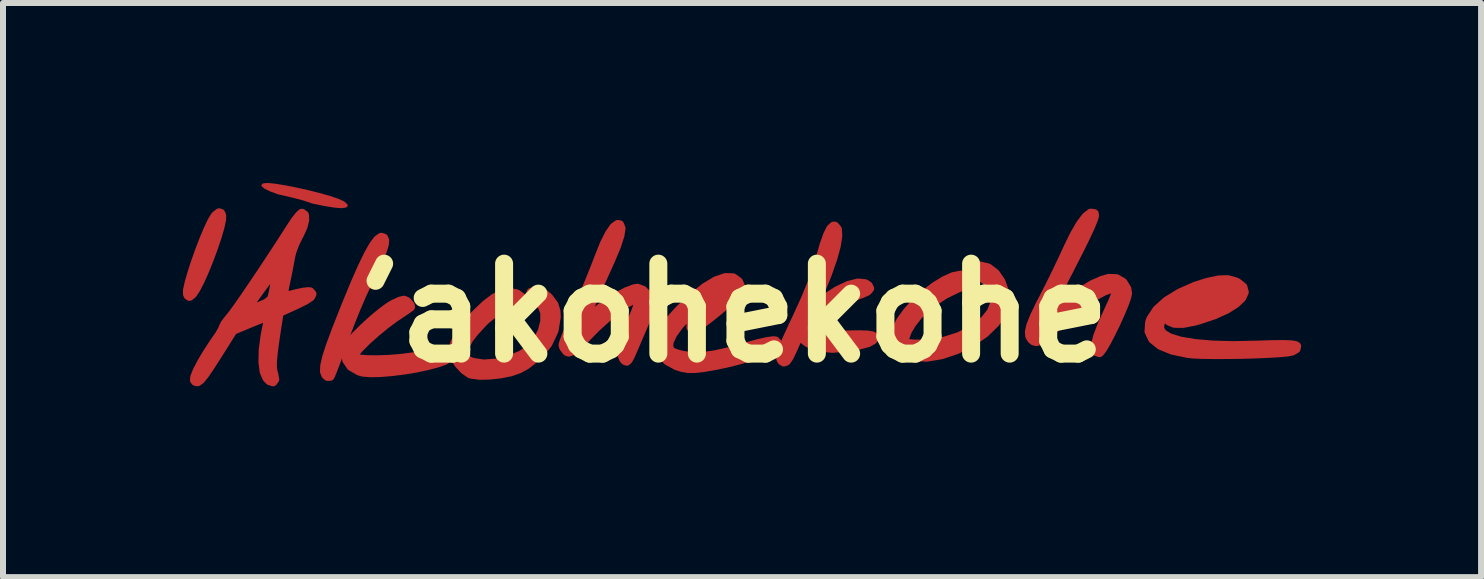
<source format=kicad_pcb>
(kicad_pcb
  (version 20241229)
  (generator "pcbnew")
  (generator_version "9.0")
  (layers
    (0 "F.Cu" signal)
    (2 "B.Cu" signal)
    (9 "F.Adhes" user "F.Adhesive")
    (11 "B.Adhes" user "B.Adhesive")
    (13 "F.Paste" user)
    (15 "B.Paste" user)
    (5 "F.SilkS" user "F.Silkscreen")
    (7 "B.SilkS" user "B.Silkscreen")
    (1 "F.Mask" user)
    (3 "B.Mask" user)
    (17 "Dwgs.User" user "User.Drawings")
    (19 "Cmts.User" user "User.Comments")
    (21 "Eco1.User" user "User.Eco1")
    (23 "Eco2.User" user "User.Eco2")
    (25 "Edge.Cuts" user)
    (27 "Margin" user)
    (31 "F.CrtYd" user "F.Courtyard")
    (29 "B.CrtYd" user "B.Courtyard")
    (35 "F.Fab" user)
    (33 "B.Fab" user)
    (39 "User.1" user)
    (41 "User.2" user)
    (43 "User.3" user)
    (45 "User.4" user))
  (footprint "'akohekohe"
    (layer "F.Cu")
    (at 9.175 2.167)
    (property "Reference" "'akohekohe" (at 0 0 180) (layer "F.SilkS") (effects (font (size 1.5 1.5) (thickness 0.3))))
    (attr board_only exclude_from_pos_files exclude_from_bom)
    (fp_poly (pts (xy -8.546 -1.661) (xy -8.53 -1.626) (xy -8.531 -1.556) (xy -8.557 -1.434) (xy -8.604 -1.273) (xy -8.666 -1.088) (xy -8.738 -0.894) (xy -8.814 -0.705) (xy -8.889 -0.537) (xy -8.957 -0.404) (xy -9.013 -0.32) (xy -9.019 -0.314) (xy -9.066 -0.276) (xy -9.091 -0.294) (xy -9.1 -0.315) (xy -9.099 -0.381) (xy -9.073 -0.501) (xy -9.027 -0.659) (xy -8.968 -0.843) (xy -8.899 -1.036) (xy -8.827 -1.224) (xy -8.756 -1.392) (xy -8.693 -1.526) (xy -8.641 -1.611) (xy -8.628 -1.626) (xy -8.573 -1.669)) (stroke (width 0.15) (type solid)) (fill yes) (layer "F.Cu"))
    (fp_poly (pts (xy -6.432 -1.774) (xy -6.464 -1.755) (xy -6.534 -1.746) (xy -6.659 -1.757) (xy -6.824 -1.784) (xy -7.015 -1.823) (xy -7.157 -1.871) (xy -7.357 -1.924) (xy -7.589 -1.977) (xy -7.729 -2.029) (xy -7.819 -2.074) (xy -7.826 -2.079) (xy -7.87 -2.122) (xy -7.855 -2.149) (xy -7.835 -2.16) (xy -7.77 -2.167) (xy -7.648 -2.156) (xy -7.484 -2.13) (xy -7.295 -2.093) (xy -7.095 -2.049) (xy -6.9 -2) (xy -6.724 -1.95) (xy -6.584 -1.903) (xy -6.493 -1.862) (xy -6.477 -1.851) (xy -6.427 -1.802)) (stroke (width 0) (type solid)) (fill yes) (layer "F.Cu"))
    (fp_poly (pts (xy -5.829 -1.249) (xy -5.812 -1.209) (xy -5.818 -1.141) (xy -5.851 -1.036) (xy -5.913 -0.888) (xy -6.007 -0.687) (xy -6.098 -0.504) (xy -6.188 -0.312) (xy -6.289 -0.077) (xy -6.391 0.176) (xy -6.483 0.418) (xy -6.5 0.467) (xy -6.569 0.66) (xy -6.63 0.828) (xy -6.68 0.958) (xy -6.713 1.038) (xy -6.723 1.057) (xy -6.764 1.058) (xy -6.793 1.033) (xy -6.816 0.975) (xy -6.811 0.879) (xy -6.779 0.739) (xy -6.717 0.547) (xy -6.624 0.296) (xy -6.618 0.28) (xy -6.454 -0.134) (xy -6.312 -0.479) (xy -6.189 -0.758) (xy -6.085 -0.973) (xy -5.998 -1.127) (xy -5.926 -1.222) (xy -5.87 -1.261)) (stroke (width 0.15) (type solid)) (fill yes) (layer "F.Cu"))
    (fp_poly (pts (xy -5.451 -0.197) (xy -5.425 -0.174) (xy -5.384 -0.122) (xy -5.381 -0.1) (xy -5.418 -0.074) (xy -5.5 -0.018) (xy -5.613 0.058) (xy -5.64 0.076) (xy -5.787 0.184) (xy -5.953 0.32) (xy -6.106 0.456) (xy -6.126 0.476) (xy -6.241 0.592) (xy -6.307 0.669) (xy -6.33 0.716) (xy -6.317 0.745) (xy -6.313 0.748) (xy -6.24 0.768) (xy -6.111 0.779) (xy -5.943 0.781) (xy -5.753 0.775) (xy -5.56 0.76) (xy -5.435 0.745) (xy -5.184 0.711) (xy -4.998 0.689) (xy -4.867 0.68) (xy -4.784 0.682) (xy -4.739 0.695) (xy -4.728 0.706) (xy -4.739 0.747) (xy -4.812 0.791) (xy -4.936 0.835) (xy -5.097 0.878) (xy -5.284 0.918) (xy -5.484 0.951) (xy -5.685 0.977) (xy -5.875 0.993) (xy -6.042 0.997) (xy -6.173 0.987) (xy -6.237 0.969) (xy -6.374 0.889) (xy -6.445 0.785) (xy -6.462 0.676) (xy -6.457 0.612) (xy -6.434 0.551) (xy -6.384 0.48) (xy -6.299 0.386) (xy -6.169 0.257) (xy -6.152 0.24) (xy -6.008 0.109) (xy -5.863 -0.011) (xy -5.736 -0.104) (xy -5.663 -0.147) (xy -5.557 -0.196) (xy -5.493 -0.212)) (stroke (width 0.15) (type solid)) (fill yes) (layer "F.Cu"))
    (fp_poly (pts (xy 4.249 -0.75) (xy 4.369 -0.658) (xy 4.461 -0.524) (xy 4.517 -0.364) (xy 4.529 -0.193) (xy 4.49 -0.028) (xy 4.488 -0.024) (xy 4.369 0.163) (xy 4.191 0.336) (xy 3.971 0.488) (xy 3.726 0.611) (xy 3.471 0.697) (xy 3.222 0.738) (xy 2.997 0.726) (xy 2.97 0.72) (xy 2.867 0.67) (xy 2.771 0.581) (xy 2.706 0.48) (xy 2.69 0.413) (xy 2.717 0.281) (xy 2.79 0.134) (xy 2.901 -0.019) (xy 3.038 -0.171) (xy 3.193 -0.313) (xy 3.356 -0.439) (xy 3.517 -0.538) (xy 3.666 -0.605) (xy 3.794 -0.631) (xy 3.89 -0.608) (xy 3.918 -0.584) (xy 3.938 -0.537) (xy 3.907 -0.493) (xy 3.817 -0.444) (xy 3.735 -0.41) (xy 3.522 -0.306) (xy 3.306 -0.161) (xy 3.121 -0.00011) (xy 3.087 0.035) (xy 2.98 0.17) (xy 2.902 0.3) (xy 2.861 0.409) (xy 2.863 0.484) (xy 2.871 0.495) (xy 2.926 0.512) (xy 3.038 0.52) (xy 3.19 0.518) (xy 3.219 0.516) (xy 3.5 0.477) (xy 3.765 0.393) (xy 4 0.272) (xy 4.19 0.123) (xy 4.299 -0.014) (xy 4.361 -0.167) (xy 4.353 -0.315) (xy 4.296 -0.44) (xy 4.23 -0.527) (xy 4.145 -0.588) (xy 4.017 -0.64) (xy 3.983 -0.651) (xy 3.941 -0.685) (xy 3.956 -0.728) (xy 4.014 -0.766) (xy 4.1 -0.784) (xy 4.108 -0.784)) (stroke (width 0.15) (type solid)) (fill yes) (layer "F.Cu"))
    (fp_poly (pts (xy 1.692 -1.447) (xy 1.735 -1.395) (xy 1.742 -1.283) (xy 1.716 -1.117) (xy 1.656 -0.9) (xy 1.564 -0.638) (xy 1.442 -0.337) (xy 1.403 -0.247) (xy 1.339 -0.102) (xy 1.519 -0.233) (xy 1.731 -0.37) (xy 1.919 -0.459) (xy 2.078 -0.499) (xy 2.199 -0.487) (xy 2.25 -0.454) (xy 2.273 -0.408) (xy 2.236 -0.364) (xy 2.134 -0.318) (xy 2.073 -0.298) (xy 1.941 -0.243) (xy 1.791 -0.162) (xy 1.637 -0.064) (xy 1.494 0.04) (xy 1.375 0.14) (xy 1.296 0.226) (xy 1.27 0.283) (xy 1.288 0.323) (xy 1.346 0.35) (xy 1.454 0.366) (xy 1.618 0.372) (xy 1.847 0.369) (xy 1.891 0.368) (xy 2.098 0.364) (xy 2.238 0.369) (xy 2.317 0.381) (xy 2.343 0.399) (xy 2.328 0.45) (xy 2.246 0.496) (xy 2.093 0.537) (xy 1.934 0.566) (xy 1.652 0.59) (xy 1.422 0.568) (xy 1.247 0.499) (xy 1.2 0.465) (xy 1.093 0.375) (xy 0.996 0.598) (xy 0.933 0.732) (xy 0.884 0.803) (xy 0.843 0.818) (xy 0.809 0.797) (xy 0.792 0.766) (xy 0.79 0.719) (xy 0.809 0.645) (xy 0.85 0.536) (xy 0.918 0.383) (xy 1.014 0.175) (xy 1.064 0.07) (xy 1.196 -0.219) (xy 1.31 -0.496) (xy 1.399 -0.74) (xy 1.442 -0.883) (xy 1.511 -1.126) (xy 1.571 -1.298) (xy 1.624 -1.404) (xy 1.671 -1.447)) (stroke (width 0.15) (type solid)) (fill yes) (layer "F.Cu"))
    (fp_poly (pts (xy -3.183 -0.343) (xy -3.082 -0.259) (xy -3.067 -0.241) (xy -2.989 -0.136) (xy -2.957 -0.031) (xy -2.952 0.067) (xy -2.988 0.292) (xy -3.09 0.509) (xy -3.248 0.705) (xy -3.452 0.867) (xy -3.572 0.933) (xy -3.709 0.981) (xy -3.881 1.016) (xy -4.063 1.036) (xy -4.231 1.039) (xy -4.361 1.022) (xy -4.392 1.012) (xy -4.487 0.946) (xy -4.579 0.845) (xy -4.646 0.735) (xy -4.669 0.65) (xy -4.643 0.502) (xy -4.561 0.34) (xy -4.419 0.154) (xy -4.311 0.037) (xy -4.131 -0.136) (xy -3.978 -0.252) (xy -3.84 -0.316) (xy -3.708 -0.336) (xy -3.706 -0.336) (xy -3.609 -0.317) (xy -3.541 -0.269) (xy -3.521 -0.21) (xy -3.529 -0.188) (xy -3.581 -0.158) (xy -3.646 -0.149) (xy -3.788 -0.118) (xy -3.952 -0.028) (xy -4.124 0.111) (xy -4.187 0.174) (xy -4.325 0.325) (xy -4.413 0.441) (xy -4.463 0.538) (xy -4.481 0.63) (xy -4.482 0.659) (xy -4.473 0.742) (xy -4.429 0.79) (xy -4.346 0.824) (xy -4.164 0.852) (xy -3.951 0.836) (xy -3.731 0.783) (xy -3.528 0.698) (xy -3.368 0.587) (xy -3.368 0.586) (xy -3.26 0.454) (xy -3.183 0.299) (xy -3.143 0.139) (xy -3.143 -0.006) (xy -3.187 -0.119) (xy -3.206 -0.14) (xy -3.289 -0.209) (xy -3.344 -0.245) (xy -3.388 -0.296) (xy -3.37 -0.344) (xy -3.299 -0.372) (xy -3.27 -0.374)) (stroke (width 0.15) (type solid)) (fill yes) (layer "F.Cu"))
    (fp_poly (pts (xy 6.015 -1.657) (xy 6.018 -1.654) (xy 6.022 -1.62) (xy 5.999 -1.547) (xy 5.95 -1.428) (xy 5.871 -1.259) (xy 5.76 -1.035) (xy 5.615 -0.751) (xy 5.601 -0.722) (xy 5.141 0.167) (xy 5.338 -0.000307) (xy 5.589 -0.206) (xy 5.801 -0.361) (xy 5.984 -0.472) (xy 6.147 -0.544) (xy 6.259 -0.576) (xy 6.389 -0.571) (xy 6.496 -0.508) (xy 6.561 -0.402) (xy 6.572 -0.324) (xy 6.555 -0.251) (xy 6.512 -0.133) (xy 6.45 0.014) (xy 6.377 0.176) (xy 6.299 0.336) (xy 6.224 0.479) (xy 6.16 0.59) (xy 6.113 0.653) (xy 6.102 0.662) (xy 6.055 0.645) (xy 6.038 0.617) (xy 6.037 0.531) (xy 6.075 0.388) (xy 6.151 0.191) (xy 6.258 -0.046) (xy 6.319 -0.178) (xy 6.364 -0.288) (xy 6.386 -0.356) (xy 6.387 -0.363) (xy 6.361 -0.406) (xy 6.288 -0.404) (xy 6.176 -0.362) (xy 6.034 -0.284) (xy 5.87 -0.175) (xy 5.694 -0.04) (xy 5.513 0.116) (xy 5.468 0.158) (xy 5.31 0.303) (xy 5.195 0.402) (xy 5.113 0.458) (xy 5.054 0.478) (xy 5.008 0.467) (xy 4.975 0.441) (xy 4.942 0.386) (xy 4.936 0.311) (xy 4.961 0.204) (xy 5.02 0.058) (xy 5.114 -0.138) (xy 5.171 -0.247) (xy 5.28 -0.461) (xy 5.396 -0.696) (xy 5.504 -0.923) (xy 5.584 -1.097) (xy 5.691 -1.315) (xy 5.791 -1.486) (xy 5.882 -1.604) (xy 5.958 -1.663)) (stroke (width 0.15) (type solid)) (fill yes) (layer "F.Cu"))
    (fp_poly (pts (xy -1.895 -1.47) (xy -1.872 -1.411) (xy -1.89 -1.292) (xy -1.948 -1.113) (xy -2.048 -0.874) (xy -2.076 -0.812) (xy -2.164 -0.618) (xy -2.257 -0.411) (xy -2.34 -0.222) (xy -2.377 -0.137) (xy -2.503 0.156) (xy -2.269 -0.04) (xy -2.107 -0.164) (xy -1.938 -0.272) (xy -1.78 -0.355) (xy -1.651 -0.403) (xy -1.597 -0.411) (xy -1.507 -0.378) (xy -1.429 -0.297) (xy -1.386 -0.194) (xy -1.383 -0.159) (xy -1.398 -0.068) (xy -1.437 0.057) (xy -1.473 0.149) (xy -1.54 0.306) (xy -1.615 0.481) (xy -1.653 0.57) (xy -1.711 0.704) (xy -1.75 0.779) (xy -1.778 0.805) (xy -1.806 0.793) (xy -1.829 0.767) (xy -1.857 0.696) (xy -1.85 0.584) (xy -1.807 0.426) (xy -1.726 0.213) (xy -1.698 0.145) (xy -1.625 -0.03) (xy -1.584 -0.146) (xy -1.573 -0.213) (xy -1.592 -0.238) (xy -1.64 -0.232) (xy -1.665 -0.223) (xy -1.84 -0.131) (xy -2.048 0.026) (xy -2.288 0.244) (xy -2.409 0.367) (xy -2.543 0.503) (xy -2.637 0.591) (xy -2.7 0.639) (xy -2.742 0.653) (xy -2.775 0.642) (xy -2.779 0.638) (xy -2.829 0.572) (xy -2.839 0.533) (xy -2.824 0.481) (xy -2.784 0.375) (xy -2.723 0.227) (xy -2.648 0.053) (xy -2.611 -0.031) (xy -2.514 -0.253) (xy -2.413 -0.491) (xy -2.32 -0.72) (xy -2.246 -0.911) (xy -2.24 -0.927) (xy -2.151 -1.15) (xy -2.066 -1.319) (xy -1.99 -1.429) (xy -1.926 -1.475)) (stroke (width 0.15) (type solid)) (fill yes) (layer "F.Cu"))
    (fp_poly (pts (xy -0.004 -0.586) (xy 0.086 -0.521) (xy 0.089 -0.517) (xy 0.125 -0.43) (xy 0.109 -0.368) (xy 0.064 -0.313) (xy -0.024 -0.229) (xy -0.14 -0.126) (xy -0.27 -0.016) (xy -0.401 0.089) (xy -0.519 0.178) (xy -0.609 0.239) (xy -0.657 0.261) (xy -0.707 0.24) (xy -0.703 0.181) (xy -0.65 0.092) (xy -0.553 -0.02) (xy -0.418 -0.149) (xy -0.249 -0.287) (xy -0.243 -0.292) (xy -0.131 -0.377) (xy -0.261 -0.315) (xy -0.434 -0.216) (xy -0.606 -0.088) (xy -0.767 0.057) (xy -0.905 0.207) (xy -1.009 0.351) (xy -1.068 0.476) (xy -1.077 0.549) (xy -1.062 0.611) (xy -1.022 0.652) (xy -0.938 0.683) (xy -0.859 0.704) (xy -0.701 0.729) (xy -0.521 0.728) (xy -0.309 0.699) (xy -0.052 0.641) (xy 0.253 0.556) (xy 0.417 0.511) (xy 0.559 0.479) (xy 0.661 0.464) (xy 0.701 0.466) (xy 0.734 0.5) (xy 0.702 0.546) (xy 0.614 0.601) (xy 0.478 0.661) (xy 0.302 0.724) (xy 0.095 0.785) (xy -0.135 0.842) (xy -0.296 0.875) (xy -0.495 0.91) (xy -0.641 0.927) (xy -0.755 0.926) (xy -0.857 0.908) (xy -0.945 0.88) (xy -1.1 0.795) (xy -1.212 0.675) (xy -1.255 0.577) (xy -1.249 0.45) (xy -1.177 0.292) (xy -1.039 0.103) (xy -0.907 -0.043) (xy -0.681 -0.26) (xy -0.514 -0.392) (xy -0.112 -0.392) (xy -0.093 -0.374) (xy -0.075 -0.392) (xy -0.093 -0.411) (xy -0.112 -0.392) (xy -0.514 -0.392) (xy -0.473 -0.425) (xy -0.288 -0.536) (xy -0.13 -0.59)) (stroke (width 0.15) (type solid)) (fill yes) (layer "F.Cu"))
    (fp_poly (pts (xy 8.373 -0.519) (xy 8.406 -0.503) (xy 8.496 -0.431) (xy 8.518 -0.346) (xy 8.476 -0.253) (xy 8.375 -0.157) (xy 8.221 -0.06) (xy 8.017 0.032) (xy 7.768 0.115) (xy 7.687 0.138) (xy 7.498 0.174) (xy 7.354 0.173) (xy 7.264 0.136) (xy 7.234 0.064) (xy 7.234 0.054) (xy 7.233 0.011) (xy 7.21 0.022) (xy 7.167 0.072) (xy 7.115 0.171) (xy 7.105 0.258) (xy 7.151 0.342) (xy 7.267 0.413) (xy 7.449 0.469) (xy 7.691 0.51) (xy 7.99 0.536) (xy 8.342 0.545) (xy 8.726 0.537) (xy 8.982 0.529) (xy 9.17 0.527) (xy 9.297 0.531) (xy 9.369 0.542) (xy 9.391 0.555) (xy 9.381 0.598) (xy 9.316 0.636) (xy 9.242 0.651) (xy 9.107 0.663) (xy 8.927 0.674) (xy 8.714 0.683) (xy 8.484 0.69) (xy 8.251 0.693) (xy 8.028 0.694) (xy 7.831 0.691) (xy 7.673 0.685) (xy 7.582 0.676) (xy 7.319 0.621) (xy 7.121 0.54) (xy 6.991 0.436) (xy 6.93 0.309) (xy 6.94 0.16) (xy 6.959 0.105) (xy 7.034 -0.011) (xy 7.3 -0.011) (xy 7.335 -0.007) (xy 7.422 -0.022) (xy 7.569 -0.056) (xy 7.704 -0.09) (xy 7.876 -0.138) (xy 8.038 -0.191) (xy 8.165 -0.241) (xy 8.203 -0.26) (xy 8.348 -0.34) (xy 8.106 -0.322) (xy 7.891 -0.289) (xy 7.674 -0.228) (xy 7.481 -0.148) (xy 7.359 -0.074) (xy 7.311 -0.033) (xy 7.3 -0.011) (xy 7.034 -0.011) (xy 7.06 -0.05) (xy 7.224 -0.198) (xy 7.442 -0.332) (xy 7.702 -0.446) (xy 7.9 -0.509) (xy 8.094 -0.55) (xy 8.245 -0.554)) (stroke (width 0.15) (type solid)) (fill yes) (layer "F.Cu"))
    (fp_poly (pts (xy -7.15 -1.632) (xy -7.145 -1.553) (xy -7.173 -1.439) (xy -7.233 -1.306) (xy -7.241 -1.293) (xy -7.308 -1.157) (xy -7.359 -1.021) (xy -7.377 -0.949) (xy -7.398 -0.835) (xy -7.427 -0.683) (xy -7.456 -0.546) (xy -7.482 -0.418) (xy -7.498 -0.323) (xy -7.5 -0.279) (xy -7.5 -0.279) (xy -7.461 -0.281) (xy -7.372 -0.299) (xy -7.288 -0.32) (xy -7.172 -0.345) (xy -7.085 -0.355) (xy -7.055 -0.352) (xy -7.024 -0.315) (xy -7.048 -0.27) (xy -7.132 -0.213) (xy -7.282 -0.139) (xy -7.297 -0.132) (xy -7.571 -0.007) (xy -7.614 0.267) (xy -7.65 0.51) (xy -7.673 0.692) (xy -7.684 0.824) (xy -7.683 0.919) (xy -7.671 0.988) (xy -7.662 1.017) (xy -7.645 1.108) (xy -7.674 1.148) (xy -7.733 1.128) (xy -7.775 1.085) (xy -7.821 0.98) (xy -7.842 0.819) (xy -7.837 0.615) (xy -7.806 0.383) (xy -7.79 0.299) (xy -7.764 0.176) (xy -7.748 0.086) (xy -7.744 0.051) (xy -7.779 0.061) (xy -7.867 0.095) (xy -7.99 0.145) (xy -8.045 0.167) (xy -8.34 0.29) (xy -8.606 0.712) (xy -8.728 0.902) (xy -8.818 1.033) (xy -8.884 1.113) (xy -8.931 1.147) (xy -8.965 1.142) (xy -8.983 1.121) (xy -8.978 1.068) (xy -8.937 0.966) (xy -8.867 0.831) (xy -8.774 0.674) (xy -8.667 0.51) (xy -8.639 0.47) (xy -8.567 0.364) (xy -8.517 0.277) (xy -8.501 0.237) (xy -8.472 0.178) (xy -8.41 0.099) (xy -8.397 0.084) (xy -8.347 0.021) (xy -8.286 -0.063) (xy -8.106 -0.063) (xy -8.074 -0.063) (xy -7.991 -0.082) (xy -7.915 -0.105) (xy -7.779 -0.163) (xy -7.703 -0.227) (xy -7.695 -0.242) (xy -7.674 -0.32) (xy -7.653 -0.428) (xy -7.637 -0.543) (xy -7.627 -0.642) (xy -7.628 -0.702) (xy -7.633 -0.71) (xy -7.661 -0.682) (xy -7.72 -0.608) (xy -7.799 -0.503) (xy -7.888 -0.383) (xy -7.973 -0.264) (xy -8.046 -0.16) (xy -8.093 -0.088) (xy -8.106 -0.063) (xy -8.286 -0.063) (xy -8.263 -0.095) (xy -8.152 -0.254) (xy -8.021 -0.446) (xy -7.876 -0.661) (xy -7.725 -0.889) (xy -7.574 -1.12) (xy -7.43 -1.343) (xy -7.377 -1.426) (xy -7.301 -1.54) (xy -7.235 -1.624) (xy -7.194 -1.661) (xy -7.19 -1.662)) (stroke (width 0.15) (type solid)) (fill yes) (layer "F.Cu")))
  (gr_rect
    (start -3 -3)
    (end 21.641 6.571)
    (stroke (width 0.1) (type default))
    (fill no)
    (layer "Edge.Cuts")))
</source>
